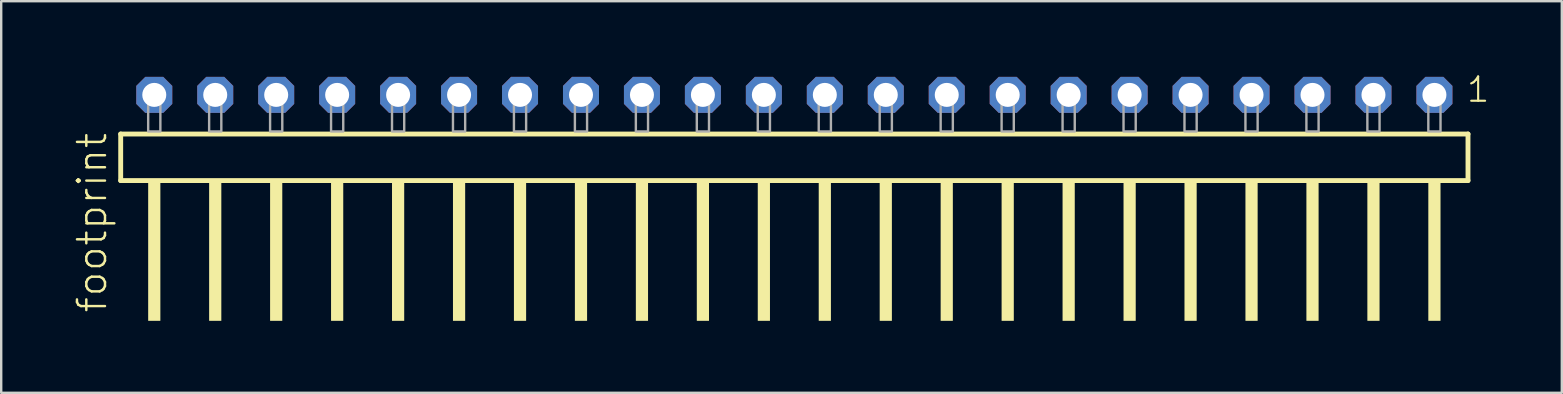
<source format=kicad_pcb>
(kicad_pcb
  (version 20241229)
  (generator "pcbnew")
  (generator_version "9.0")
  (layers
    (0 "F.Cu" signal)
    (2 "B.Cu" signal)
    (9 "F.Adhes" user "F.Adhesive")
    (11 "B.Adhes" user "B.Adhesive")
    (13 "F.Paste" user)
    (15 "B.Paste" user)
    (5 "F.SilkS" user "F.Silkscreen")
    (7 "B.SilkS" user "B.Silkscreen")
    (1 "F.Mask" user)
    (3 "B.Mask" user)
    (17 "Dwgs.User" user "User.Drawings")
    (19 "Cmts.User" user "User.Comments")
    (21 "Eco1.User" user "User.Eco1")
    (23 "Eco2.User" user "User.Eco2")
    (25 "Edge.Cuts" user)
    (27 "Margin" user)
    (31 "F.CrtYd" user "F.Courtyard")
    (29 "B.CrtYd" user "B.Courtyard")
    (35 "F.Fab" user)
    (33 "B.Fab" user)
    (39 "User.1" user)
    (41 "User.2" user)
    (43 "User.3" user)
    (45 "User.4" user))
  (footprint "footprint"
    (layer "F.Cu")
    (at 30.048 2.428)
    (property "Reference" "footprint" (at -28.575 7.62 90) (layer "F.SilkS") (effects (font (size 1.168 1.168) (thickness 0.102)) (justify left bottom)))
    (fp_line (start -28.069 0.106) (end -28.069 2.046) (stroke (width 0.203) (type solid)) (layer "F.SilkS"))
    (fp_line (start -28.069 2.046) (end 28.069 2.046) (stroke (width 0.203) (type solid)) (layer "F.SilkS"))
    (fp_line (start 28.069 0.106) (end -28.069 0.106) (stroke (width 0.203) (type solid)) (layer "F.SilkS"))
    (fp_line (start 28.069 2.046) (end 28.069 0.106) (stroke (width 0.203) (type solid)) (layer "F.SilkS"))
    (fp_poly (pts (xy -26.924 7.89) (xy -26.416 7.89) (xy -26.416 2.04) (xy -26.924 2.04)) (stroke (width 0) (type solid)) (fill yes) (layer "F.SilkS"))
    (fp_poly (pts (xy -24.384 7.89) (xy -23.876 7.89) (xy -23.876 2.04) (xy -24.384 2.04)) (stroke (width 0) (type solid)) (fill yes) (layer "F.SilkS"))
    (fp_poly (pts (xy -21.844 7.89) (xy -21.336 7.89) (xy -21.336 2.04) (xy -21.844 2.04)) (stroke (width 0) (type solid)) (fill yes) (layer "F.SilkS"))
    (fp_poly (pts (xy -19.304 7.89) (xy -18.796 7.89) (xy -18.796 2.04) (xy -19.304 2.04)) (stroke (width 0) (type solid)) (fill yes) (layer "F.SilkS"))
    (fp_poly (pts (xy -16.764 7.89) (xy -16.256 7.89) (xy -16.256 2.04) (xy -16.764 2.04)) (stroke (width 0) (type solid)) (fill yes) (layer "F.SilkS"))
    (fp_poly (pts (xy -14.224 7.89) (xy -13.716 7.89) (xy -13.716 2.04) (xy -14.224 2.04)) (stroke (width 0) (type solid)) (fill yes) (layer "F.SilkS"))
    (fp_poly (pts (xy -11.684 7.89) (xy -11.176 7.89) (xy -11.176 2.04) (xy -11.684 2.04)) (stroke (width 0) (type solid)) (fill yes) (layer "F.SilkS"))
    (fp_poly (pts (xy -9.144 7.89) (xy -8.636 7.89) (xy -8.636 2.04) (xy -9.144 2.04)) (stroke (width 0) (type solid)) (fill yes) (layer "F.SilkS"))
    (fp_poly (pts (xy -6.604 7.89) (xy -6.096 7.89) (xy -6.096 2.04) (xy -6.604 2.04)) (stroke (width 0) (type solid)) (fill yes) (layer "F.SilkS"))
    (fp_poly (pts (xy -4.064 7.89) (xy -3.556 7.89) (xy -3.556 2.04) (xy -4.064 2.04)) (stroke (width 0) (type solid)) (fill yes) (layer "F.SilkS"))
    (fp_poly (pts (xy -1.524 7.89) (xy -1.016 7.89) (xy -1.016 2.04) (xy -1.524 2.04)) (stroke (width 0) (type solid)) (fill yes) (layer "F.SilkS"))
    (fp_poly (pts (xy 1.016 7.89) (xy 1.524 7.89) (xy 1.524 2.04) (xy 1.016 2.04)) (stroke (width 0) (type solid)) (fill yes) (layer "F.SilkS"))
    (fp_poly (pts (xy 3.556 7.89) (xy 4.064 7.89) (xy 4.064 2.04) (xy 3.556 2.04)) (stroke (width 0) (type solid)) (fill yes) (layer "F.SilkS"))
    (fp_poly (pts (xy 6.096 7.89) (xy 6.604 7.89) (xy 6.604 2.04) (xy 6.096 2.04)) (stroke (width 0) (type solid)) (fill yes) (layer "F.SilkS"))
    (fp_poly (pts (xy 8.636 7.89) (xy 9.144 7.89) (xy 9.144 2.04) (xy 8.636 2.04)) (stroke (width 0) (type solid)) (fill yes) (layer "F.SilkS"))
    (fp_poly (pts (xy 11.176 7.89) (xy 11.684 7.89) (xy 11.684 2.04) (xy 11.176 2.04)) (stroke (width 0) (type solid)) (fill yes) (layer "F.SilkS"))
    (fp_poly (pts (xy 13.716 7.89) (xy 14.224 7.89) (xy 14.224 2.04) (xy 13.716 2.04)) (stroke (width 0) (type solid)) (fill yes) (layer "F.SilkS"))
    (fp_poly (pts (xy 16.256 7.89) (xy 16.764 7.89) (xy 16.764 2.04) (xy 16.256 2.04)) (stroke (width 0) (type solid)) (fill yes) (layer "F.SilkS"))
    (fp_poly (pts (xy 18.796 7.89) (xy 19.304 7.89) (xy 19.304 2.04) (xy 18.796 2.04)) (stroke (width 0) (type solid)) (fill yes) (layer "F.SilkS"))
    (fp_poly (pts (xy 21.336 7.89) (xy 21.844 7.89) (xy 21.844 2.04) (xy 21.336 2.04)) (stroke (width 0) (type solid)) (fill yes) (layer "F.SilkS"))
    (fp_poly (pts (xy 23.876 7.89) (xy 24.384 7.89) (xy 24.384 2.04) (xy 23.876 2.04)) (stroke (width 0) (type solid)) (fill yes) (layer "F.SilkS"))
    (fp_poly (pts (xy 26.416 7.89) (xy 26.924 7.89) (xy 26.924 2.04) (xy 26.416 2.04)) (stroke (width 0) (type solid)) (fill yes) (layer "F.SilkS"))
    (fp_poly (pts (xy -26.924 0) (xy -26.416 0) (xy -26.416 -1.778) (xy -26.924 -1.778)) (stroke (width 0.1) (type solid)) (fill no) (layer "F.Fab"))
    (fp_poly (pts (xy -24.384 0) (xy -23.876 0) (xy -23.876 -1.778) (xy -24.384 -1.778)) (stroke (width 0.1) (type solid)) (fill no) (layer "F.Fab"))
    (fp_poly (pts (xy -21.844 0) (xy -21.336 0) (xy -21.336 -1.778) (xy -21.844 -1.778)) (stroke (width 0.1) (type solid)) (fill no) (layer "F.Fab"))
    (fp_poly (pts (xy -19.304 0) (xy -18.796 0) (xy -18.796 -1.778) (xy -19.304 -1.778)) (stroke (width 0.1) (type solid)) (fill no) (layer "F.Fab"))
    (fp_poly (pts (xy -16.764 0) (xy -16.256 0) (xy -16.256 -1.778) (xy -16.764 -1.778)) (stroke (width 0.1) (type solid)) (fill no) (layer "F.Fab"))
    (fp_poly (pts (xy -14.224 0) (xy -13.716 0) (xy -13.716 -1.778) (xy -14.224 -1.778)) (stroke (width 0.1) (type solid)) (fill no) (layer "F.Fab"))
    (fp_poly (pts (xy -11.684 0) (xy -11.176 0) (xy -11.176 -1.778) (xy -11.684 -1.778)) (stroke (width 0.1) (type solid)) (fill no) (layer "F.Fab"))
    (fp_poly (pts (xy -9.144 0) (xy -8.636 0) (xy -8.636 -1.778) (xy -9.144 -1.778)) (stroke (width 0.1) (type solid)) (fill no) (layer "F.Fab"))
    (fp_poly (pts (xy -6.604 0) (xy -6.096 0) (xy -6.096 -1.778) (xy -6.604 -1.778)) (stroke (width 0.1) (type solid)) (fill no) (layer "F.Fab"))
    (fp_poly (pts (xy -4.064 0) (xy -3.556 0) (xy -3.556 -1.778) (xy -4.064 -1.778)) (stroke (width 0.1) (type solid)) (fill no) (layer "F.Fab"))
    (fp_poly (pts (xy -1.524 0) (xy -1.016 0) (xy -1.016 -1.778) (xy -1.524 -1.778)) (stroke (width 0.1) (type solid)) (fill no) (layer "F.Fab"))
    (fp_poly (pts (xy 1.016 0) (xy 1.524 0) (xy 1.524 -1.778) (xy 1.016 -1.778)) (stroke (width 0.1) (type solid)) (fill no) (layer "F.Fab"))
    (fp_poly (pts (xy 3.556 0) (xy 4.064 0) (xy 4.064 -1.778) (xy 3.556 -1.778)) (stroke (width 0.1) (type solid)) (fill no) (layer "F.Fab"))
    (fp_poly (pts (xy 6.096 0) (xy 6.604 0) (xy 6.604 -1.778) (xy 6.096 -1.778)) (stroke (width 0.1) (type solid)) (fill no) (layer "F.Fab"))
    (fp_poly (pts (xy 8.636 0) (xy 9.144 0) (xy 9.144 -1.778) (xy 8.636 -1.778)) (stroke (width 0.1) (type solid)) (fill no) (layer "F.Fab"))
    (fp_poly (pts (xy 11.176 0) (xy 11.684 0) (xy 11.684 -1.778) (xy 11.176 -1.778)) (stroke (width 0.1) (type solid)) (fill no) (layer "F.Fab"))
    (fp_poly (pts (xy 13.716 0) (xy 14.224 0) (xy 14.224 -1.778) (xy 13.716 -1.778)) (stroke (width 0.1) (type solid)) (fill no) (layer "F.Fab"))
    (fp_poly (pts (xy 16.256 0) (xy 16.764 0) (xy 16.764 -1.778) (xy 16.256 -1.778)) (stroke (width 0.1) (type solid)) (fill no) (layer "F.Fab"))
    (fp_poly (pts (xy 18.796 0) (xy 19.304 0) (xy 19.304 -1.778) (xy 18.796 -1.778)) (stroke (width 0.1) (type solid)) (fill no) (layer "F.Fab"))
    (fp_poly (pts (xy 21.336 0) (xy 21.844 0) (xy 21.844 -1.778) (xy 21.336 -1.778)) (stroke (width 0.1) (type solid)) (fill no) (layer "F.Fab"))
    (fp_poly (pts (xy 23.876 0) (xy 24.384 0) (xy 24.384 -1.778) (xy 23.876 -1.778)) (stroke (width 0.1) (type solid)) (fill no) (layer "F.Fab"))
    (fp_poly (pts (xy 26.416 0) (xy 26.924 0) (xy 26.924 -1.778) (xy 26.416 -1.778)) (stroke (width 0.1) (type solid)) (fill no) (layer "F.Fab"))
    (fp_text user "1" (at 27.952 -1.152 0) (layer "F.SilkS") (effects (font (size 1.012 1.012) (thickness 0.088)) (justify left bottom)))
    (pad "1" thru_hole roundrect (at 26.67 -1.524 180) (size 1.5 1.5) (drill 1) (layers "*.Cu" "*.Mask") (roundrect_rratio 0.25) (chamfer_ratio 0.25) (chamfer top_left top_right bottom_left bottom_right))
    (pad "2" thru_hole roundrect (at 24.13 -1.524 180) (size 1.5 1.5) (drill 1) (layers "*.Cu" "*.Mask") (roundrect_rratio 0.25) (chamfer_ratio 0.25) (chamfer top_left top_right bottom_left bottom_right))
    (pad "3" thru_hole roundrect (at 21.59 -1.524 180) (size 1.5 1.5) (drill 1) (layers "*.Cu" "*.Mask") (roundrect_rratio 0.25) (chamfer_ratio 0.25) (chamfer top_left top_right bottom_left bottom_right))
    (pad "4" thru_hole roundrect (at 19.05 -1.524 180) (size 1.5 1.5) (drill 1) (layers "*.Cu" "*.Mask") (roundrect_rratio 0.25) (chamfer_ratio 0.25) (chamfer top_left top_right bottom_left bottom_right))
    (pad "5" thru_hole roundrect (at 16.51 -1.524 180) (size 1.5 1.5) (drill 1) (layers "*.Cu" "*.Mask") (roundrect_rratio 0.25) (chamfer_ratio 0.25) (chamfer top_left top_right bottom_left bottom_right))
    (pad "6" thru_hole roundrect (at 13.97 -1.524 180) (size 1.5 1.5) (drill 1) (layers "*.Cu" "*.Mask") (roundrect_rratio 0.25) (chamfer_ratio 0.25) (chamfer top_left top_right bottom_left bottom_right))
    (pad "7" thru_hole roundrect (at 11.43 -1.524 180) (size 1.5 1.5) (drill 1) (layers "*.Cu" "*.Mask") (roundrect_rratio 0.25) (chamfer_ratio 0.25) (chamfer top_left top_right bottom_left bottom_right))
    (pad "8" thru_hole roundrect (at 8.89 -1.524 180) (size 1.5 1.5) (drill 1) (layers "*.Cu" "*.Mask") (roundrect_rratio 0.25) (chamfer_ratio 0.25) (chamfer top_left top_right bottom_left bottom_right))
    (pad "9" thru_hole roundrect (at 6.35 -1.524 180) (size 1.5 1.5) (drill 1) (layers "*.Cu" "*.Mask") (roundrect_rratio 0.25) (chamfer_ratio 0.25) (chamfer top_left top_right bottom_left bottom_right))
    (pad "10" thru_hole roundrect (at 3.81 -1.524 180) (size 1.5 1.5) (drill 1) (layers "*.Cu" "*.Mask") (roundrect_rratio 0.25) (chamfer_ratio 0.25) (chamfer top_left top_right bottom_left bottom_right))
    (pad "11" thru_hole roundrect (at 1.27 -1.524 180) (size 1.5 1.5) (drill 1) (layers "*.Cu" "*.Mask") (roundrect_rratio 0.25) (chamfer_ratio 0.25) (chamfer top_left top_right bottom_left bottom_right))
    (pad "12" thru_hole roundrect (at -1.27 -1.524 180) (size 1.5 1.5) (drill 1) (layers "*.Cu" "*.Mask") (roundrect_rratio 0.25) (chamfer_ratio 0.25) (chamfer top_left top_right bottom_left bottom_right))
    (pad "13" thru_hole roundrect (at -3.81 -1.524 180) (size 1.5 1.5) (drill 1) (layers "*.Cu" "*.Mask") (roundrect_rratio 0.25) (chamfer_ratio 0.25) (chamfer top_left top_right bottom_left bottom_right))
    (pad "14" thru_hole roundrect (at -6.35 -1.524 180) (size 1.5 1.5) (drill 1) (layers "*.Cu" "*.Mask") (roundrect_rratio 0.25) (chamfer_ratio 0.25) (chamfer top_left top_right bottom_left bottom_right))
    (pad "15" thru_hole roundrect (at -8.89 -1.524 180) (size 1.5 1.5) (drill 1) (layers "*.Cu" "*.Mask") (roundrect_rratio 0.25) (chamfer_ratio 0.25) (chamfer top_left top_right bottom_left bottom_right))
    (pad "16" thru_hole roundrect (at -11.43 -1.524 180) (size 1.5 1.5) (drill 1) (layers "*.Cu" "*.Mask") (roundrect_rratio 0.25) (chamfer_ratio 0.25) (chamfer top_left top_right bottom_left bottom_right))
    (pad "17" thru_hole roundrect (at -13.97 -1.524 180) (size 1.5 1.5) (drill 1) (layers "*.Cu" "*.Mask") (roundrect_rratio 0.25) (chamfer_ratio 0.25) (chamfer top_left top_right bottom_left bottom_right))
    (pad "18" thru_hole roundrect (at -16.51 -1.524 180) (size 1.5 1.5) (drill 1) (layers "*.Cu" "*.Mask") (roundrect_rratio 0.25) (chamfer_ratio 0.25) (chamfer top_left top_right bottom_left bottom_right))
    (pad "19" thru_hole roundrect (at -19.05 -1.524 180) (size 1.5 1.5) (drill 1) (layers "*.Cu" "*.Mask") (roundrect_rratio 0.25) (chamfer_ratio 0.25) (chamfer top_left top_right bottom_left bottom_right))
    (pad "20" thru_hole roundrect (at -21.59 -1.524 180) (size 1.5 1.5) (drill 1) (layers "*.Cu" "*.Mask") (roundrect_rratio 0.25) (chamfer_ratio 0.25) (chamfer top_left top_right bottom_left bottom_right))
    (pad "21" thru_hole roundrect (at -24.13 -1.524 180) (size 1.5 1.5) (drill 1) (layers "*.Cu" "*.Mask") (roundrect_rratio 0.25) (chamfer_ratio 0.25) (chamfer top_left top_right bottom_left bottom_right))
    (pad "22" thru_hole roundrect (at -26.67 -1.524 180) (size 1.5 1.5) (drill 1) (layers "*.Cu" "*.Mask") (roundrect_rratio 0.25) (chamfer_ratio 0.25) (chamfer top_left top_right bottom_left bottom_right)))
  (gr_rect
    (start -3 -3)
    (end 62.026 13.318)
    (stroke (width 0.1) (type default))
    (fill no)
    (layer "Edge.Cuts")))
</source>
